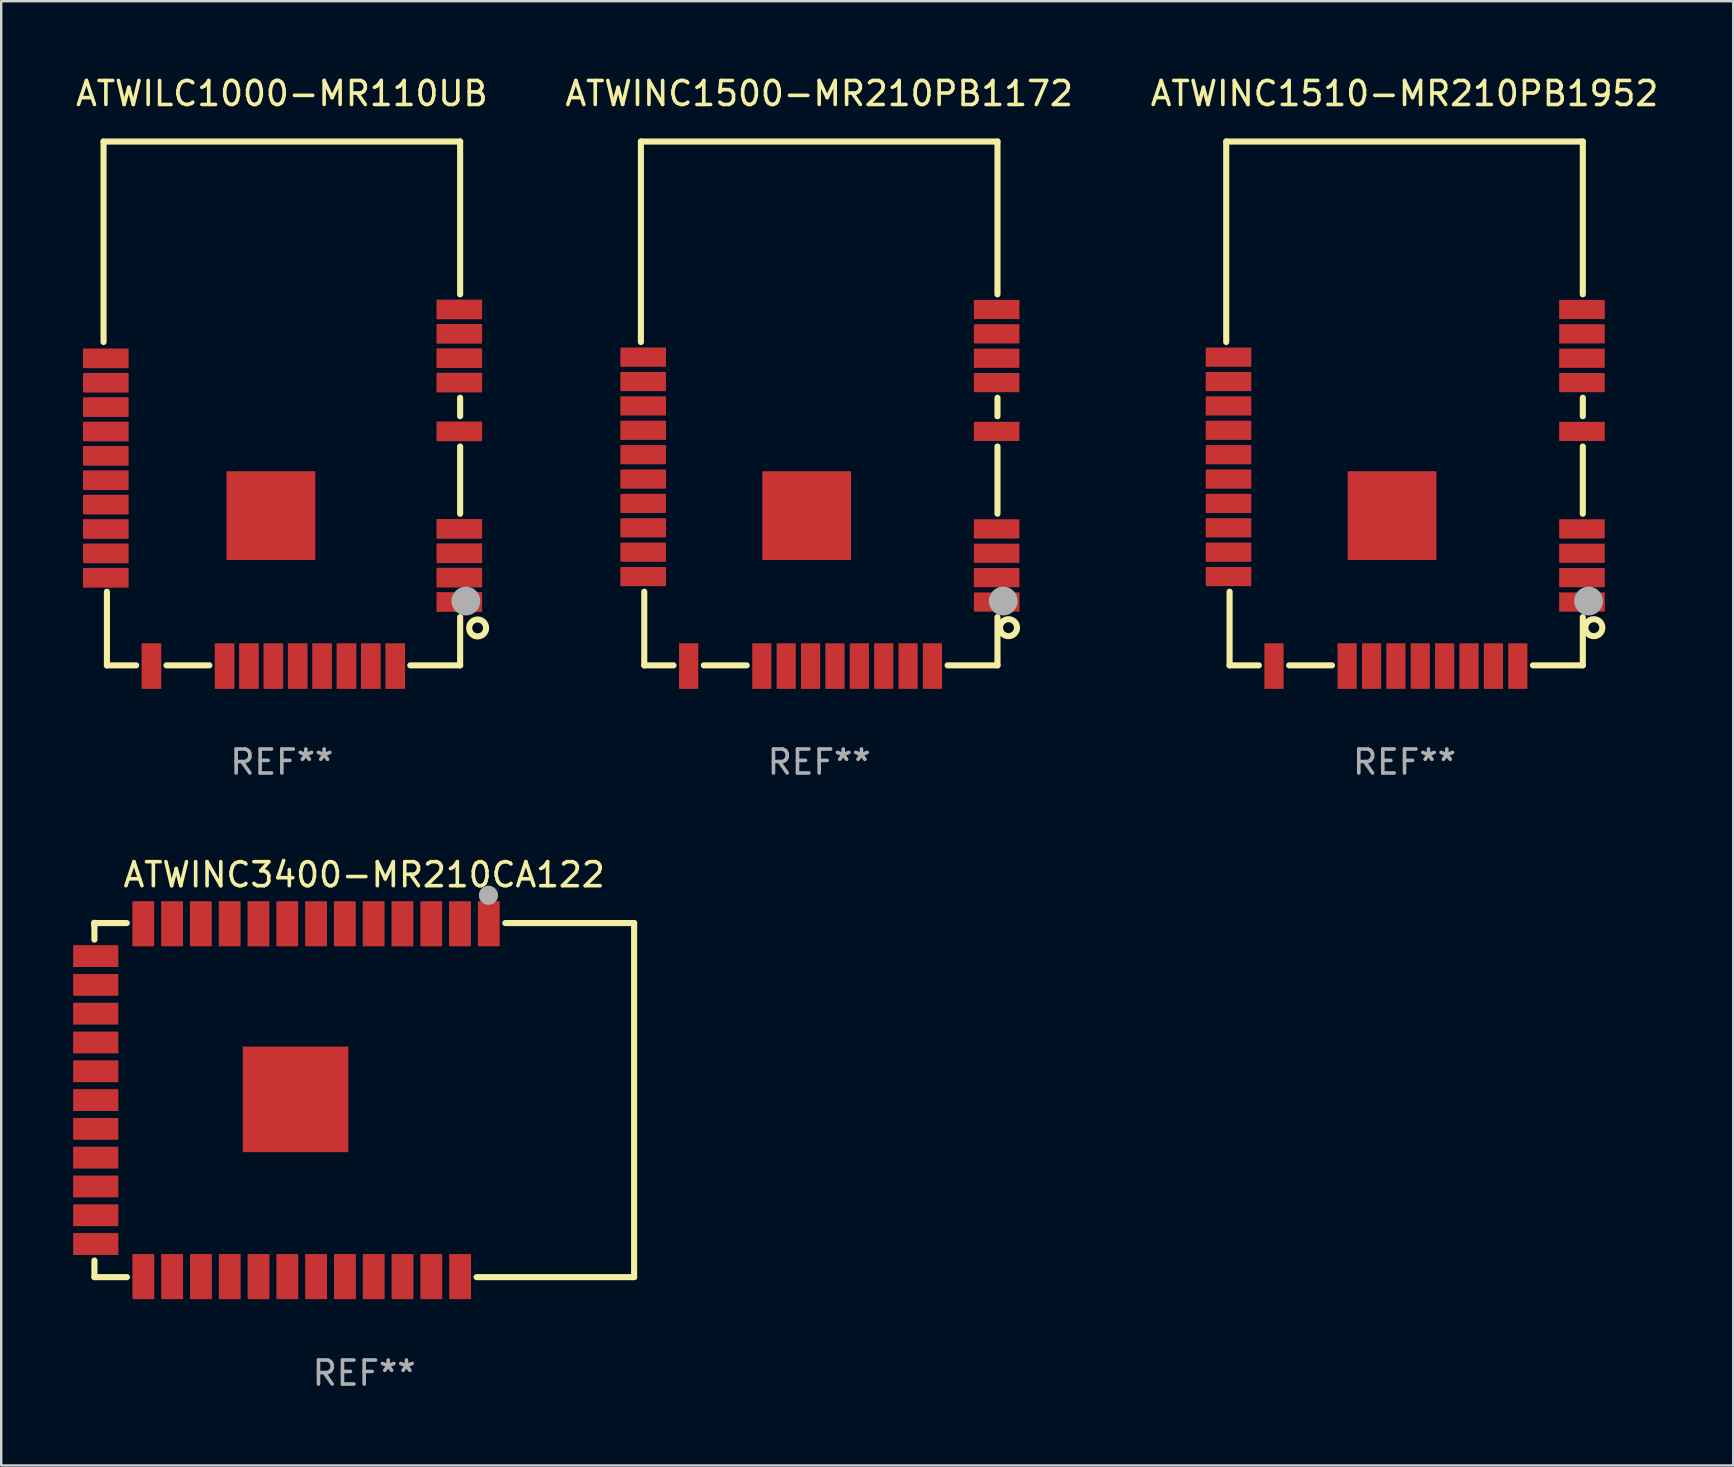
<source format=kicad_pcb>
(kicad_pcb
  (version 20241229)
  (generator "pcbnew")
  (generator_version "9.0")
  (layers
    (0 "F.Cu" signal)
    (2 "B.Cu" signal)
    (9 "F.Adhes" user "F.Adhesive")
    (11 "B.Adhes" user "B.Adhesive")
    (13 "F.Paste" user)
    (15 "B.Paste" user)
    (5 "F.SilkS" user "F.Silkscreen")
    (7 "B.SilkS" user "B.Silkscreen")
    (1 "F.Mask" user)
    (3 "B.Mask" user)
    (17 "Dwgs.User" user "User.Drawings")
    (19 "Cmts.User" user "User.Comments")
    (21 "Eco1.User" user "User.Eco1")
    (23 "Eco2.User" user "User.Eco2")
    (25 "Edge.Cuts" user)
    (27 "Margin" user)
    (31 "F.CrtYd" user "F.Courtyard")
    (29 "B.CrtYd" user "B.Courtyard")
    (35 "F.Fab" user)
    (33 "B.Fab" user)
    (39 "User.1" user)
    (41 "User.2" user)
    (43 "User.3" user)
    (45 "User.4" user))
  (footprint "ATWINC3400-MR210CA122"
    (layer "F.Cu")
    (at 12.127 42.789)
    (property "Reference" "ATWINC3400-MR210CA122" (at 0 -9.384 0) (layer "F.SilkS") (effects (font (size 1 1) (thickness 0.15))))
    (attr through_hole)
    (fp_line (start -11.249 -7.371) (end -11.249 -7.262) (stroke (width 0.254) (type solid)) (layer "F.SilkS"))
    (fp_line (start -11.242 -7.384) (end -11.242 -6.681) (stroke (width 0.254) (type solid)) (layer "F.SilkS"))
    (fp_line (start -11.242 6.692) (end -11.242 7.384) (stroke (width 0.254) (type solid)) (layer "F.SilkS"))
    (fp_line (start -11.242 7.384) (end -9.888 7.384) (stroke (width 0.254) (type solid)) (layer "F.SilkS"))
    (fp_line (start -9.892 -7.371) (end -11.249 -7.371) (stroke (width 0.254) (type solid)) (layer "F.SilkS"))
    (fp_line (start 4.684 7.384) (end 11.249 7.384) (stroke (width 0.254) (type solid)) (layer "F.SilkS"))
    (fp_line (start 11.249 -7.371) (end 5.88 -7.371) (stroke (width 0.254) (type solid)) (layer "F.SilkS"))
    (fp_line (start 11.249 7.384) (end 11.249 -7.371) (stroke (width 0.254) (type solid)) (layer "F.SilkS"))
    (fp_circle (center 11.214 -7.338) (end 11.244 -7.338) (stroke (width 0.06) (type solid)) (fill no) (layer "F.SilkS"))
    (fp_circle (center 5.179 -8.53) (end 5.379 -8.53) (stroke (width 0.4) (type solid)) (fill no) (layer "F.Fab"))
    (fp_text user "REF**" (at 0 11.384 0) (layer "F.Fab") (effects (font (size 1 1) (thickness 0.15))))
    (pad "1" smd rect (at 5.194 -7.341) (size 0.91 1.88) (layers "F.Cu" "F.Mask" "F.Paste"))
    (pad "2" smd rect (at 3.994 -7.341) (size 0.91 1.88) (layers "F.Cu" "F.Mask" "F.Paste"))
    (pad "3" smd rect (at 2.794 -7.341) (size 0.91 1.88) (layers "F.Cu" "F.Mask" "F.Paste"))
    (pad "4" smd rect (at 1.594 -7.341) (size 0.91 1.88) (layers "F.Cu" "F.Mask" "F.Paste"))
    (pad "5" smd rect (at 0.394 -7.341) (size 0.91 1.88) (layers "F.Cu" "F.Mask" "F.Paste"))
    (pad "6" smd rect (at -0.806 -7.341) (size 0.91 1.88) (layers "F.Cu" "F.Mask" "F.Paste"))
    (pad "7" smd rect (at -2.006 -7.341) (size 0.91 1.88) (layers "F.Cu" "F.Mask" "F.Paste"))
    (pad "8" smd rect (at -3.206 -7.341) (size 0.91 1.88) (layers "F.Cu" "F.Mask" "F.Paste"))
    (pad "9" smd rect (at -4.406 -7.341) (size 0.91 1.88) (layers "F.Cu" "F.Mask" "F.Paste"))
    (pad "10" smd rect (at -5.606 -7.341) (size 0.91 1.88) (layers "F.Cu" "F.Mask" "F.Paste"))
    (pad "11" smd rect (at -6.806 -7.341) (size 0.91 1.88) (layers "F.Cu" "F.Mask" "F.Paste"))
    (pad "12" smd rect (at -8.006 -7.341) (size 0.91 1.88) (layers "F.Cu" "F.Mask" "F.Paste"))
    (pad "13" smd rect (at -9.206 -7.341) (size 0.91 1.88) (layers "F.Cu" "F.Mask" "F.Paste"))
    (pad "14" smd rect (at -11.187 -5.995) (size 1.88 0.91) (layers "F.Cu" "F.Mask" "F.Paste"))
    (pad "15" smd rect (at -11.187 -4.795) (size 1.88 0.91) (layers "F.Cu" "F.Mask" "F.Paste"))
    (pad "16" smd rect (at -11.187 -3.595) (size 1.88 0.91) (layers "F.Cu" "F.Mask" "F.Paste"))
    (pad "17" smd rect (at -11.187 -2.395) (size 1.88 0.91) (layers "F.Cu" "F.Mask" "F.Paste"))
    (pad "18" smd rect (at -11.187 -1.195) (size 1.88 0.91) (layers "F.Cu" "F.Mask" "F.Paste"))
    (pad "19" smd rect (at -11.187 0.005) (size 1.88 0.91) (layers "F.Cu" "F.Mask" "F.Paste"))
    (pad "20" smd rect (at -11.187 1.205) (size 1.88 0.91) (layers "F.Cu" "F.Mask" "F.Paste"))
    (pad "21" smd rect (at -11.187 2.405) (size 1.88 0.91) (layers "F.Cu" "F.Mask" "F.Paste"))
    (pad "22" smd rect (at -11.187 3.605) (size 1.88 0.91) (layers "F.Cu" "F.Mask" "F.Paste"))
    (pad "23" smd rect (at -11.187 4.805) (size 1.88 0.91) (layers "F.Cu" "F.Mask" "F.Paste"))
    (pad "24" smd rect (at -11.187 6.005) (size 1.88 0.91) (layers "F.Cu" "F.Mask" "F.Paste"))
    (pad "25" smd rect (at -9.202 7.362) (size 0.91 1.88) (layers "F.Cu" "F.Mask" "F.Paste"))
    (pad "26" smd rect (at -8.002 7.362) (size 0.91 1.88) (layers "F.Cu" "F.Mask" "F.Paste"))
    (pad "27" smd rect (at -6.802 7.362) (size 0.91 1.88) (layers "F.Cu" "F.Mask" "F.Paste"))
    (pad "28" smd rect (at -5.602 7.362) (size 0.91 1.88) (layers "F.Cu" "F.Mask" "F.Paste"))
    (pad "29" smd rect (at -4.402 7.362) (size 0.91 1.88) (layers "F.Cu" "F.Mask" "F.Paste"))
    (pad "30" smd rect (at -3.202 7.362) (size 0.91 1.88) (layers "F.Cu" "F.Mask" "F.Paste"))
    (pad "31" smd rect (at -2.002 7.362) (size 0.91 1.88) (layers "F.Cu" "F.Mask" "F.Paste"))
    (pad "32" smd rect (at -0.802 7.362) (size 0.91 1.88) (layers "F.Cu" "F.Mask" "F.Paste"))
    (pad "33" smd rect (at 0.398 7.362) (size 0.91 1.88) (layers "F.Cu" "F.Mask" "F.Paste"))
    (pad "34" smd rect (at 1.598 7.362) (size 0.91 1.88) (layers "F.Cu" "F.Mask" "F.Paste"))
    (pad "35" smd rect (at 2.798 7.362) (size 0.91 1.88) (layers "F.Cu" "F.Mask" "F.Paste"))
    (pad "36" smd rect (at 3.998 7.362) (size 0.91 1.88) (layers "F.Cu" "F.Mask" "F.Paste"))
    (pad "37" smd rect (at -2.859 -0.023) (size 4.4 4.4) (layers "F.Cu" "F.Mask" "F.Paste")))
  (footprint "ATWILC1000-MR110UB"
    (layer "F.Cu")
    (at 8.696 13.778)
    (property "Reference" "ATWILC1000-MR110UB" (at 0 -12.93 0) (layer "F.SilkS") (effects (font (size 1 1) (thickness 0.15))))
    (attr through_hole)
    (fp_line (start -7.43 -10.93) (end 7.43 -10.93) (stroke (width 0.254) (type solid)) (layer "F.SilkS"))
    (fp_line (start -7.43 -2.575) (end -7.43 -10.93) (stroke (width 0.254) (type solid)) (layer "F.SilkS"))
    (fp_line (start -7.29 10.9) (end -7.29 7.831) (stroke (width 0.254) (type solid)) (layer "F.SilkS"))
    (fp_line (start -6.07 10.9) (end -7.29 10.9) (stroke (width 0.254) (type solid)) (layer "F.SilkS"))
    (fp_line (start -3.022 10.9) (end -4.808 10.9) (stroke (width 0.254) (type solid)) (layer "F.SilkS"))
    (fp_line (start 7.43 -10.93) (end 7.43 -4.562) (stroke (width 0.254) (type solid)) (layer "F.SilkS"))
    (fp_line (start 7.43 -0.252) (end 7.43 0.518) (stroke (width 0.254) (type solid)) (layer "F.SilkS"))
    (fp_line (start 7.43 1.78) (end 7.43 4.582) (stroke (width 0.254) (type solid)) (layer "F.SilkS"))
    (fp_line (start 7.43 8.892) (end 7.43 10.9) (stroke (width 0.254) (type solid)) (layer "F.SilkS"))
    (fp_line (start 7.43 10.9) (end 5.352 10.9) (stroke (width 0.254) (type solid)) (layer "F.SilkS"))
    (fp_circle (center 7.395 10.93) (end 7.425 10.93) (stroke (width 0.06) (type solid)) (fill no) (layer "F.SilkS"))
    (fp_circle (center 8.159 9.341) (end 8.512 9.341) (stroke (width 0.254) (type solid)) (fill no) (layer "F.SilkS"))
    (fp_circle (center 7.67 8.22) (end 7.97 8.22) (stroke (width 0.6) (type solid)) (fill no) (layer "F.Fab"))
    (fp_text user "REF**" (at 0 14.93 0) (layer "F.Fab") (effects (font (size 1 1) (thickness 0.15))))
    (pad "1" smd rect (at 7.396 8.26) (size 1.9 0.82) (layers "F.Cu" "F.Mask" "F.Paste"))
    (pad "2" smd rect (at 7.396 7.244) (size 1.9 0.82) (layers "F.Cu" "F.Mask" "F.Paste"))
    (pad "3" smd rect (at 7.396 6.228) (size 1.9 0.82) (layers "F.Cu" "F.Mask" "F.Paste"))
    (pad "4" smd rect (at 7.396 5.212) (size 1.9 0.82) (layers "F.Cu" "F.Mask" "F.Paste"))
    (pad "5" smd rect (at 7.396 1.148) (size 1.9 0.82) (layers "F.Cu" "F.Mask" "F.Paste"))
    (pad "6" smd rect (at 7.396 -0.884) (size 1.9 0.82) (layers "F.Cu" "F.Mask" "F.Paste"))
    (pad "7" smd rect (at 7.396 -1.9) (size 1.9 0.82) (layers "F.Cu" "F.Mask" "F.Paste"))
    (pad "8" smd rect (at 7.396 -2.916) (size 1.9 0.82) (layers "F.Cu" "F.Mask" "F.Paste"))
    (pad "9" smd rect (at 7.396 -3.932) (size 1.9 0.82) (layers "F.Cu" "F.Mask" "F.Paste"))
    (pad "10" smd rect (at -7.335 -1.894) (size 1.9 0.82) (layers "F.Cu" "F.Mask" "F.Paste"))
    (pad "11" smd rect (at -7.335 -0.878) (size 1.9 0.82) (layers "F.Cu" "F.Mask" "F.Paste"))
    (pad "12" smd rect (at -7.335 0.138) (size 1.9 0.82) (layers "F.Cu" "F.Mask" "F.Paste"))
    (pad "13" smd rect (at -7.335 1.154) (size 1.9 0.82) (layers "F.Cu" "F.Mask" "F.Paste"))
    (pad "14" smd rect (at -7.335 2.17) (size 1.9 0.82) (layers "F.Cu" "F.Mask" "F.Paste"))
    (pad "15" smd rect (at -7.335 3.186) (size 1.9 0.82) (layers "F.Cu" "F.Mask" "F.Paste"))
    (pad "16" smd rect (at -7.335 4.202) (size 1.9 0.82) (layers "F.Cu" "F.Mask" "F.Paste"))
    (pad "17" smd rect (at -7.335 5.218) (size 1.9 0.82) (layers "F.Cu" "F.Mask" "F.Paste"))
    (pad "18" smd rect (at -7.335 6.234) (size 1.9 0.82) (layers "F.Cu" "F.Mask" "F.Paste"))
    (pad "19" smd rect (at -7.335 7.25) (size 1.9 0.82) (layers "F.Cu" "F.Mask" "F.Paste"))
    (pad "20" smd rect (at -5.435 10.93 90) (size 1.9 0.82) (layers "F.Cu" "F.Mask" "F.Paste"))
    (pad "21" smd rect (at -2.387 10.93 90) (size 1.9 0.82) (layers "F.Cu" "F.Mask" "F.Paste"))
    (pad "22" smd rect (at -1.371 10.93 90) (size 1.9 0.82) (layers "F.Cu" "F.Mask" "F.Paste"))
    (pad "23" smd rect (at -0.355 10.93 90) (size 1.9 0.82) (layers "F.Cu" "F.Mask" "F.Paste"))
    (pad "24" smd rect (at 0.661 10.93 90) (size 1.9 0.82) (layers "F.Cu" "F.Mask" "F.Paste"))
    (pad "25" smd rect (at 1.677 10.93 90) (size 1.9 0.82) (layers "F.Cu" "F.Mask" "F.Paste"))
    (pad "26" smd rect (at 2.693 10.93 90) (size 1.9 0.82) (layers "F.Cu" "F.Mask" "F.Paste"))
    (pad "27" smd rect (at 3.709 10.93 90) (size 1.9 0.82) (layers "F.Cu" "F.Mask" "F.Paste"))
    (pad "28" smd rect (at 4.725 10.93 90) (size 1.9 0.82) (layers "F.Cu" "F.Mask" "F.Paste"))
    (pad "29" smd rect (at -0.455 4.66 90) (size 3.7 3.7) (layers "F.Cu" "F.Mask" "F.Paste")))
  (footprint "ATWINC1500-MR210PB1172"
    (layer "F.Cu")
    (at 31.089 13.778)
    (property "Reference" "ATWINC1500-MR210PB1172" (at 0 -12.93 0) (layer "F.SilkS") (effects (font (size 1 1) (thickness 0.15))))
    (attr through_hole)
    (fp_line (start -7.43 -10.93) (end 7.43 -10.93) (stroke (width 0.254) (type solid)) (layer "F.SilkS"))
    (fp_line (start -7.43 -2.575) (end -7.43 -10.93) (stroke (width 0.254) (type solid)) (layer "F.SilkS"))
    (fp_line (start -7.29 10.9) (end -7.29 7.831) (stroke (width 0.254) (type solid)) (layer "F.SilkS"))
    (fp_line (start -6.07 10.9) (end -7.29 10.9) (stroke (width 0.254) (type solid)) (layer "F.SilkS"))
    (fp_line (start -3.022 10.9) (end -4.808 10.9) (stroke (width 0.254) (type solid)) (layer "F.SilkS"))
    (fp_line (start 7.43 -10.93) (end 7.43 -4.562) (stroke (width 0.254) (type solid)) (layer "F.SilkS"))
    (fp_line (start 7.43 -0.252) (end 7.43 0.518) (stroke (width 0.254) (type solid)) (layer "F.SilkS"))
    (fp_line (start 7.43 1.78) (end 7.43 4.582) (stroke (width 0.254) (type solid)) (layer "F.SilkS"))
    (fp_line (start 7.43 8.892) (end 7.43 10.9) (stroke (width 0.254) (type solid)) (layer "F.SilkS"))
    (fp_line (start 7.43 10.9) (end 5.352 10.9) (stroke (width 0.254) (type solid)) (layer "F.SilkS"))
    (fp_circle (center 7.395 10.93) (end 7.425 10.93) (stroke (width 0.06) (type solid)) (fill no) (layer "F.SilkS"))
    (fp_circle (center 7.89 9.33) (end 8.244 9.33) (stroke (width 0.254) (type solid)) (fill no) (layer "F.SilkS"))
    (fp_circle (center 7.67 8.22) (end 7.97 8.22) (stroke (width 0.6) (type solid)) (fill no) (layer "F.Fab"))
    (fp_text user "REF**" (at 0 14.93 0) (layer "F.Fab") (effects (font (size 1 1) (thickness 0.15))))
    (pad "1" smd rect (at 7.395 8.261) (size 1.9 0.8) (layers "F.Cu" "F.Mask" "F.Paste"))
    (pad "2" smd rect (at 7.395 7.245) (size 1.9 0.8) (layers "F.Cu" "F.Mask" "F.Paste"))
    (pad "3" smd rect (at 7.395 6.229) (size 1.9 0.8) (layers "F.Cu" "F.Mask" "F.Paste"))
    (pad "4" smd rect (at 7.395 5.213) (size 1.9 0.8) (layers "F.Cu" "F.Mask" "F.Paste"))
    (pad "5" smd rect (at 7.395 1.149) (size 1.9 0.8) (layers "F.Cu" "F.Mask" "F.Paste"))
    (pad "6" smd rect (at 7.395 -0.883) (size 1.9 0.8) (layers "F.Cu" "F.Mask" "F.Paste"))
    (pad "7" smd rect (at 7.395 -1.899) (size 1.9 0.8) (layers "F.Cu" "F.Mask" "F.Paste"))
    (pad "8" smd rect (at 7.395 -2.915) (size 1.9 0.8) (layers "F.Cu" "F.Mask" "F.Paste"))
    (pad "9" smd rect (at 7.395 -3.931) (size 1.9 0.8) (layers "F.Cu" "F.Mask" "F.Paste"))
    (pad "10" smd rect (at -7.335 -1.944) (size 1.9 0.8) (layers "F.Cu" "F.Mask" "F.Paste"))
    (pad "11" smd rect (at -7.335 -0.928) (size 1.9 0.8) (layers "F.Cu" "F.Mask" "F.Paste"))
    (pad "12" smd rect (at -7.335 0.088) (size 1.9 0.8) (layers "F.Cu" "F.Mask" "F.Paste"))
    (pad "13" smd rect (at -7.335 1.104) (size 1.9 0.8) (layers "F.Cu" "F.Mask" "F.Paste"))
    (pad "14" smd rect (at -7.335 2.12) (size 1.9 0.8) (layers "F.Cu" "F.Mask" "F.Paste"))
    (pad "15" smd rect (at -7.335 3.136) (size 1.9 0.8) (layers "F.Cu" "F.Mask" "F.Paste"))
    (pad "16" smd rect (at -7.335 4.152) (size 1.9 0.8) (layers "F.Cu" "F.Mask" "F.Paste"))
    (pad "17" smd rect (at -7.335 5.168) (size 1.9 0.8) (layers "F.Cu" "F.Mask" "F.Paste"))
    (pad "18" smd rect (at -7.335 6.184) (size 1.9 0.8) (layers "F.Cu" "F.Mask" "F.Paste"))
    (pad "19" smd rect (at -7.335 7.2) (size 1.9 0.8) (layers "F.Cu" "F.Mask" "F.Paste"))
    (pad "20" smd rect (at -5.439 10.93 90) (size 1.9 0.8) (layers "F.Cu" "F.Mask" "F.Paste"))
    (pad "21" smd rect (at -2.391 10.93 90) (size 1.9 0.8) (layers "F.Cu" "F.Mask" "F.Paste"))
    (pad "22" smd rect (at -1.375 10.93 90) (size 1.9 0.8) (layers "F.Cu" "F.Mask" "F.Paste"))
    (pad "23" smd rect (at -0.359 10.93 90) (size 1.9 0.8) (layers "F.Cu" "F.Mask" "F.Paste"))
    (pad "24" smd rect (at 0.657 10.93 90) (size 1.9 0.8) (layers "F.Cu" "F.Mask" "F.Paste"))
    (pad "25" smd rect (at 1.673 10.93 90) (size 1.9 0.8) (layers "F.Cu" "F.Mask" "F.Paste"))
    (pad "26" smd rect (at 2.689 10.93 90) (size 1.9 0.8) (layers "F.Cu" "F.Mask" "F.Paste"))
    (pad "27" smd rect (at 3.705 10.93 90) (size 1.9 0.8) (layers "F.Cu" "F.Mask" "F.Paste"))
    (pad "28" smd rect (at 4.721 10.93 90) (size 1.9 0.8) (layers "F.Cu" "F.Mask" "F.Paste"))
    (pad "29" smd rect (at -0.52 4.66 90) (size 3.7 3.7) (layers "F.Cu" "F.Mask" "F.Paste")))
  (footprint "ATWINC1510-MR210PB1952"
    (layer "F.Cu")
    (at 55.482 13.778)
    (property "Reference" "ATWINC1510-MR210PB1952" (at 0 -12.93 0) (layer "F.SilkS") (effects (font (size 1 1) (thickness 0.15))))
    (attr through_hole)
    (fp_line (start -7.43 -10.93) (end 7.43 -10.93) (stroke (width 0.254) (type solid)) (layer "F.SilkS"))
    (fp_line (start -7.43 -2.575) (end -7.43 -10.93) (stroke (width 0.254) (type solid)) (layer "F.SilkS"))
    (fp_line (start -7.29 10.9) (end -7.29 7.831) (stroke (width 0.254) (type solid)) (layer "F.SilkS"))
    (fp_line (start -6.07 10.9) (end -7.29 10.9) (stroke (width 0.254) (type solid)) (layer "F.SilkS"))
    (fp_line (start -3.022 10.9) (end -4.808 10.9) (stroke (width 0.254) (type solid)) (layer "F.SilkS"))
    (fp_line (start 7.43 -10.93) (end 7.43 -4.562) (stroke (width 0.254) (type solid)) (layer "F.SilkS"))
    (fp_line (start 7.43 -0.252) (end 7.43 0.518) (stroke (width 0.254) (type solid)) (layer "F.SilkS"))
    (fp_line (start 7.43 1.78) (end 7.43 4.582) (stroke (width 0.254) (type solid)) (layer "F.SilkS"))
    (fp_line (start 7.43 8.892) (end 7.43 10.9) (stroke (width 0.254) (type solid)) (layer "F.SilkS"))
    (fp_line (start 7.43 10.9) (end 5.352 10.9) (stroke (width 0.254) (type solid)) (layer "F.SilkS"))
    (fp_circle (center 7.395 10.93) (end 7.425 10.93) (stroke (width 0.06) (type solid)) (fill no) (layer "F.SilkS"))
    (fp_circle (center 7.89 9.33) (end 8.244 9.33) (stroke (width 0.254) (type solid)) (fill no) (layer "F.SilkS"))
    (fp_circle (center 7.67 8.22) (end 7.97 8.22) (stroke (width 0.6) (type solid)) (fill no) (layer "F.Fab"))
    (fp_text user "REF**" (at 0 14.93 0) (layer "F.Fab") (effects (font (size 1 1) (thickness 0.15))))
    (pad "1" smd rect (at 7.395 8.261) (size 1.9 0.8) (layers "F.Cu" "F.Mask" "F.Paste"))
    (pad "2" smd rect (at 7.395 7.245) (size 1.9 0.8) (layers "F.Cu" "F.Mask" "F.Paste"))
    (pad "3" smd rect (at 7.395 6.229) (size 1.9 0.8) (layers "F.Cu" "F.Mask" "F.Paste"))
    (pad "4" smd rect (at 7.395 5.213) (size 1.9 0.8) (layers "F.Cu" "F.Mask" "F.Paste"))
    (pad "5" smd rect (at 7.395 1.149) (size 1.9 0.8) (layers "F.Cu" "F.Mask" "F.Paste"))
    (pad "6" smd rect (at 7.395 -0.883) (size 1.9 0.8) (layers "F.Cu" "F.Mask" "F.Paste"))
    (pad "7" smd rect (at 7.395 -1.899) (size 1.9 0.8) (layers "F.Cu" "F.Mask" "F.Paste"))
    (pad "8" smd rect (at 7.395 -2.915) (size 1.9 0.8) (layers "F.Cu" "F.Mask" "F.Paste"))
    (pad "9" smd rect (at 7.395 -3.931) (size 1.9 0.8) (layers "F.Cu" "F.Mask" "F.Paste"))
    (pad "10" smd rect (at -7.335 -1.944) (size 1.9 0.8) (layers "F.Cu" "F.Mask" "F.Paste"))
    (pad "11" smd rect (at -7.335 -0.928) (size 1.9 0.8) (layers "F.Cu" "F.Mask" "F.Paste"))
    (pad "12" smd rect (at -7.335 0.088) (size 1.9 0.8) (layers "F.Cu" "F.Mask" "F.Paste"))
    (pad "13" smd rect (at -7.335 1.104) (size 1.9 0.8) (layers "F.Cu" "F.Mask" "F.Paste"))
    (pad "14" smd rect (at -7.335 2.12) (size 1.9 0.8) (layers "F.Cu" "F.Mask" "F.Paste"))
    (pad "15" smd rect (at -7.335 3.136) (size 1.9 0.8) (layers "F.Cu" "F.Mask" "F.Paste"))
    (pad "16" smd rect (at -7.335 4.152) (size 1.9 0.8) (layers "F.Cu" "F.Mask" "F.Paste"))
    (pad "17" smd rect (at -7.335 5.168) (size 1.9 0.8) (layers "F.Cu" "F.Mask" "F.Paste"))
    (pad "18" smd rect (at -7.335 6.184) (size 1.9 0.8) (layers "F.Cu" "F.Mask" "F.Paste"))
    (pad "19" smd rect (at -7.335 7.2) (size 1.9 0.8) (layers "F.Cu" "F.Mask" "F.Paste"))
    (pad "20" smd rect (at -5.439 10.93 90) (size 1.9 0.8) (layers "F.Cu" "F.Mask" "F.Paste"))
    (pad "21" smd rect (at -2.391 10.93 90) (size 1.9 0.8) (layers "F.Cu" "F.Mask" "F.Paste"))
    (pad "22" smd rect (at -1.375 10.93 90) (size 1.9 0.8) (layers "F.Cu" "F.Mask" "F.Paste"))
    (pad "23" smd rect (at -0.359 10.93 90) (size 1.9 0.8) (layers "F.Cu" "F.Mask" "F.Paste"))
    (pad "24" smd rect (at 0.657 10.93 90) (size 1.9 0.8) (layers "F.Cu" "F.Mask" "F.Paste"))
    (pad "25" smd rect (at 1.673 10.93 90) (size 1.9 0.8) (layers "F.Cu" "F.Mask" "F.Paste"))
    (pad "26" smd rect (at 2.689 10.93 90) (size 1.9 0.8) (layers "F.Cu" "F.Mask" "F.Paste"))
    (pad "27" smd rect (at 3.705 10.93 90) (size 1.9 0.8) (layers "F.Cu" "F.Mask" "F.Paste"))
    (pad "28" smd rect (at 4.721 10.93 90) (size 1.9 0.8) (layers "F.Cu" "F.Mask" "F.Paste"))
    (pad "29" smd rect (at -0.52 4.66 90) (size 3.7 3.7) (layers "F.Cu" "F.Mask" "F.Paste")))
  (gr_rect
    (start -3 -3)
    (end 69.179 58.021)
    (stroke (width 0.1) (type default))
    (fill no)
    (layer "Edge.Cuts")))
</source>
